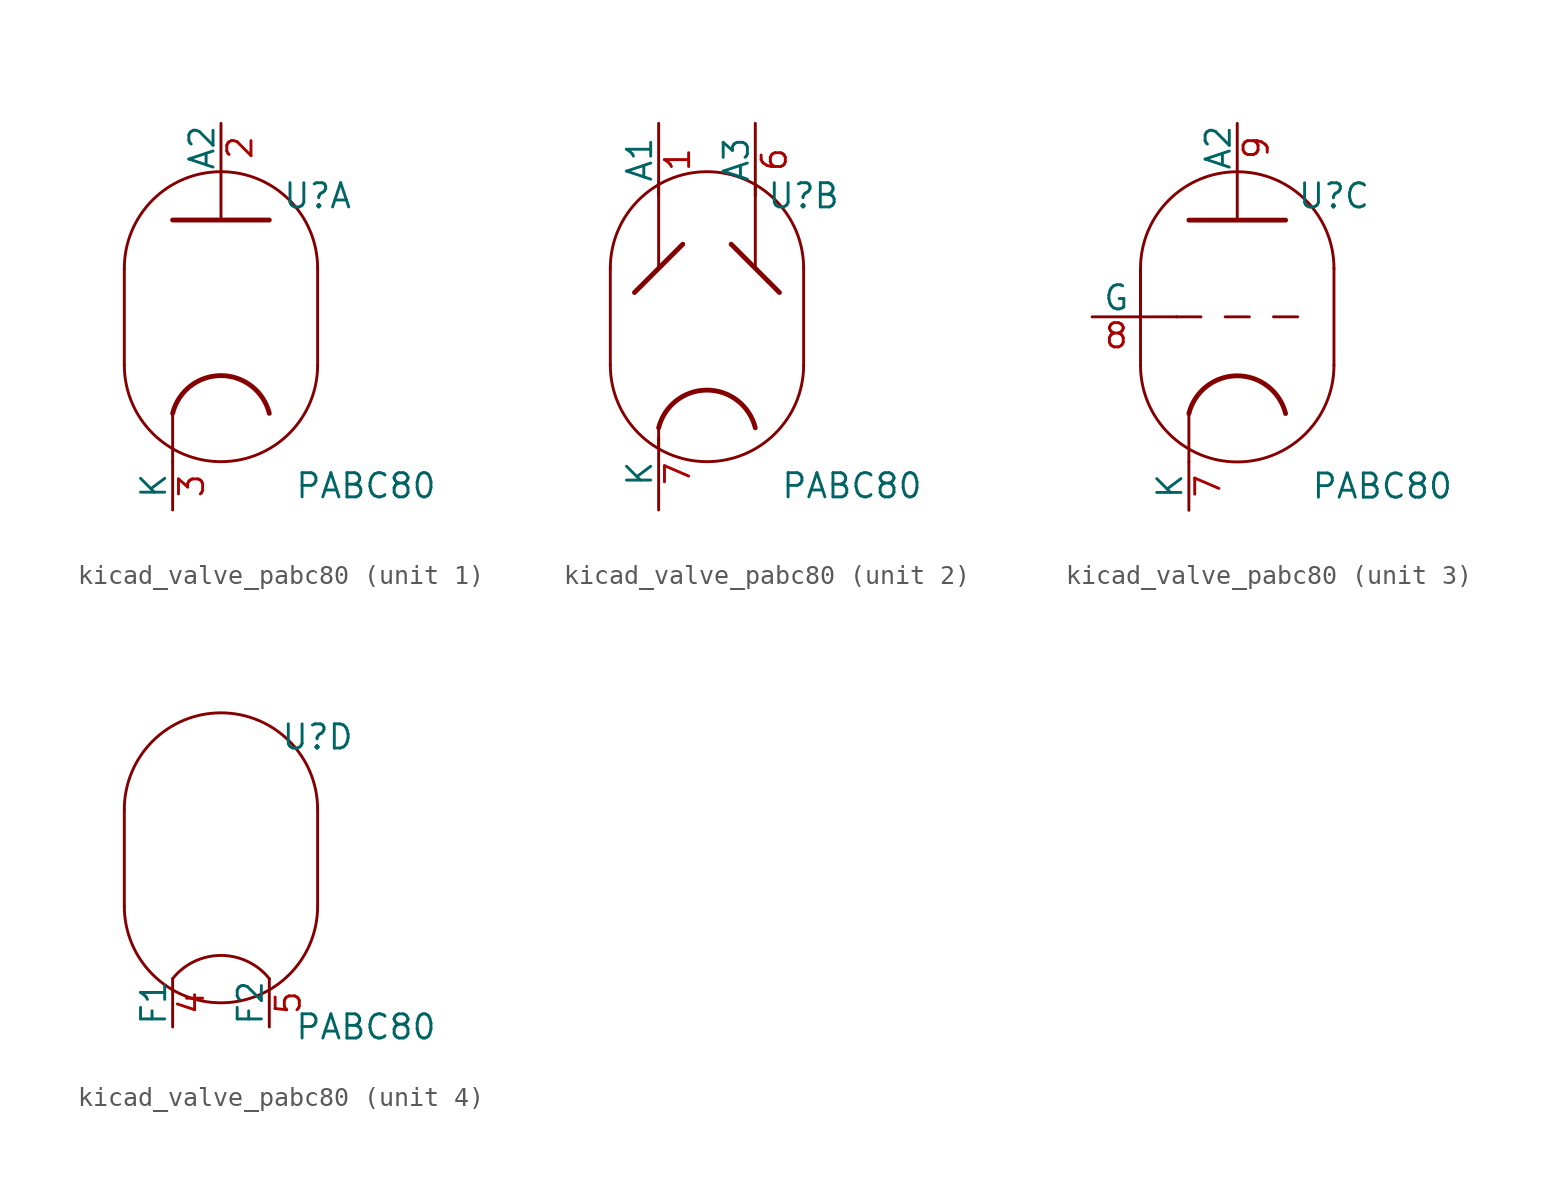
<source format=kicad_sym>
(kicad_symbol_lib
  (version 20220914)
  (generator kicad_symbol_editor)
  (symbol "kicad_valve_pabc80"
    (pin_names
      (offset 0))
    (property "Reference" "U"
      (at 5.08 6.35 0)
      (effects (font (size 1.27 1.27))))
    (property "Value" "PABC80"
      (at 7.62 -8.89 0)
      (effects (font (size 1.27 1.27))))
    (property "ki_locked" ""
      (at 0 0 0)
      (effects (font (size 1.27 1.27))))
    (symbol "kicad_valve_pabc80_0_1"
      (arc (start -5.08 -2.54) (mid 0 -7.5979) (end 5.08 -2.54) (stroke (width 0) (type default)) (fill (type none)))
      (polyline (pts (xy 5.08 2.54) (xy 5.08 -2.54)) (stroke (width 0) (type default)) (fill (type none)))
      (polyline (pts (xy -5.08 2.54) (xy -5.08 -2.54) (xy -5.08 -2.54)) (stroke (width 0) (type default)) (fill (type none)))
      (arc (start 5.08 2.54) (mid 0 7.5979) (end -5.08 2.54) (stroke (width 0) (type default)) (fill (type none))))
    (symbol "kicad_valve_pabc80_1_0"
      (polyline (pts (xy -2.54 -5.08) (xy -2.54 -7.62)) (stroke (width 0) (type default)) (fill (type none)))
      (polyline (pts (xy 0 5.08) (xy 0 7.62)) (stroke (width 0) (type default)) (fill (type none))))
    (symbol "kicad_valve_pabc80_1_1"
      (polyline (pts (xy -2.54 5.08) (xy 2.54 5.08) (xy 2.54 5.08) (xy 2.54 5.08)) (stroke (width 0.254) (type default)) (fill (type none)))
      (arc (start 2.54 -5.08) (mid 0 -3.0968) (end -2.54 -5.08) (stroke (width 0.254) (type default)) (fill (type none)))
      (pin output line (at 0 10.16 270) (length 2.54) (name "A2" (effects (font (size 1.27 1.27)))) (number "2" (effects (font (size 1.27 1.27)))))
      (pin input line (at -2.54 -10.16 90) (length 2.54) (name "K" (effects (font (size 1.27 1.27)))) (number "3" (effects (font (size 1.27 1.27))))))
    (symbol "kicad_valve_pabc80_2_1"
      (polyline (pts (xy -2.54 -6.858) (xy -2.54 -5.842) (xy -2.54 -5.842)) (stroke (width 0) (type default)) (fill (type none)))
      (polyline (pts (xy -2.54 7.112) (xy -2.54 2.54) (xy -2.54 2.54)) (stroke (width 0) (type default)) (fill (type none)))
      (polyline (pts (xy 1.27 3.81) (xy 3.81 1.27) (xy 3.81 1.27)) (stroke (width 0.254) (type default)) (fill (type none)))
      (polyline (pts (xy 2.54 6.858) (xy 2.54 2.54) (xy 2.54 2.54)) (stroke (width 0) (type default)) (fill (type none)))
      (polyline (pts (xy -3.81 1.27) (xy -1.27 3.81) (xy -1.27 3.81) (xy -1.27 3.81)) (stroke (width 0.254) (type default)) (fill (type none)))
      (arc (start 2.54 -5.842) (mid 0 -3.8588) (end -2.54 -5.842) (stroke (width 0.254) (type default)) (fill (type none)))
      (pin input line (at -2.54 10.16 270) (length 3.81) (name "A1" (effects (font (size 1.27 1.27)))) (number "1" (effects (font (size 1.27 1.27)))))
      (pin output line (at 2.54 10.16 270) (length 3.81) (name "A3" (effects (font (size 1.27 1.27)))) (number "6" (effects (font (size 1.27 1.27)))))
      (pin input line (at -2.54 -10.16 90) (length 3.81) (name "K" (effects (font (size 1.27 1.27)))) (number "7" (effects (font (size 1.27 1.27))))))
    (symbol "kicad_valve_pabc80_3_0"
      (polyline (pts (xy -5.08 0) (xy -3.175 0)) (stroke (width 0) (type default)) (fill (type none)))
      (polyline (pts (xy -5.08 2.54) (xy -5.08 0)) (stroke (width 0) (type default)) (fill (type none)))
      (polyline (pts (xy -2.54 -5.08) (xy -2.54 -7.62)) (stroke (width 0) (type default)) (fill (type none)))
      (polyline (pts (xy 0 5.08) (xy 0 7.62)) (stroke (width 0) (type default)) (fill (type none))))
    (symbol "kicad_valve_pabc80_3_1"
      (polyline (pts (xy -1.905 0) (xy -3.175 0)) (stroke (width 0.152) (type default)) (fill (type none)))
      (polyline (pts (xy -0.635 0) (xy 0.635 0)) (stroke (width 0.152) (type default)) (fill (type none)))
      (polyline (pts (xy 1.905 0) (xy 3.175 0)) (stroke (width 0.152) (type default)) (fill (type none)))
      (polyline (pts (xy -2.54 5.08) (xy 2.54 5.08) (xy 2.54 5.08)) (stroke (width 0.254) (type default)) (fill (type none)))
      (arc (start 2.54 -5.08) (mid 0 -3.0968) (end -2.54 -5.08) (stroke (width 0.254) (type default)) (fill (type none)))
      (pin input line (at -2.54 -10.16 90) (length 2.54) (name "K" (effects (font (size 1.27 1.27)))) (number "7" (effects (font (size 1.27 1.27)))))
      (pin input line (at -7.62 0 0) (length 2.54) (name "G" (effects (font (size 1.27 1.27)))) (number "8" (effects (font (size 1.27 1.27)))))
      (pin output line (at 0 10.16 270) (length 2.54) (name "A2" (effects (font (size 1.27 1.27)))) (number "9" (effects (font (size 1.27 1.27))))))
    (symbol "kicad_valve_pabc80_4_1"
      (arc (start 2.54 -6.35) (mid 0 -5.1292) (end -2.54 -6.35) (stroke (width 0) (type default)) (fill (type none)))
      (pin input line (at -2.54 -8.89 90) (length 2.54) (name "F1" (effects (font (size 1.27 1.27)))) (number "4" (effects (font (size 1.27 1.27)))))
      (pin input line (at 2.54 -8.89 90) (length 2.54) (name "F2" (effects (font (size 1.27 1.27)))) (number "5" (effects (font (size 1.27 1.27))))))))
</source>
